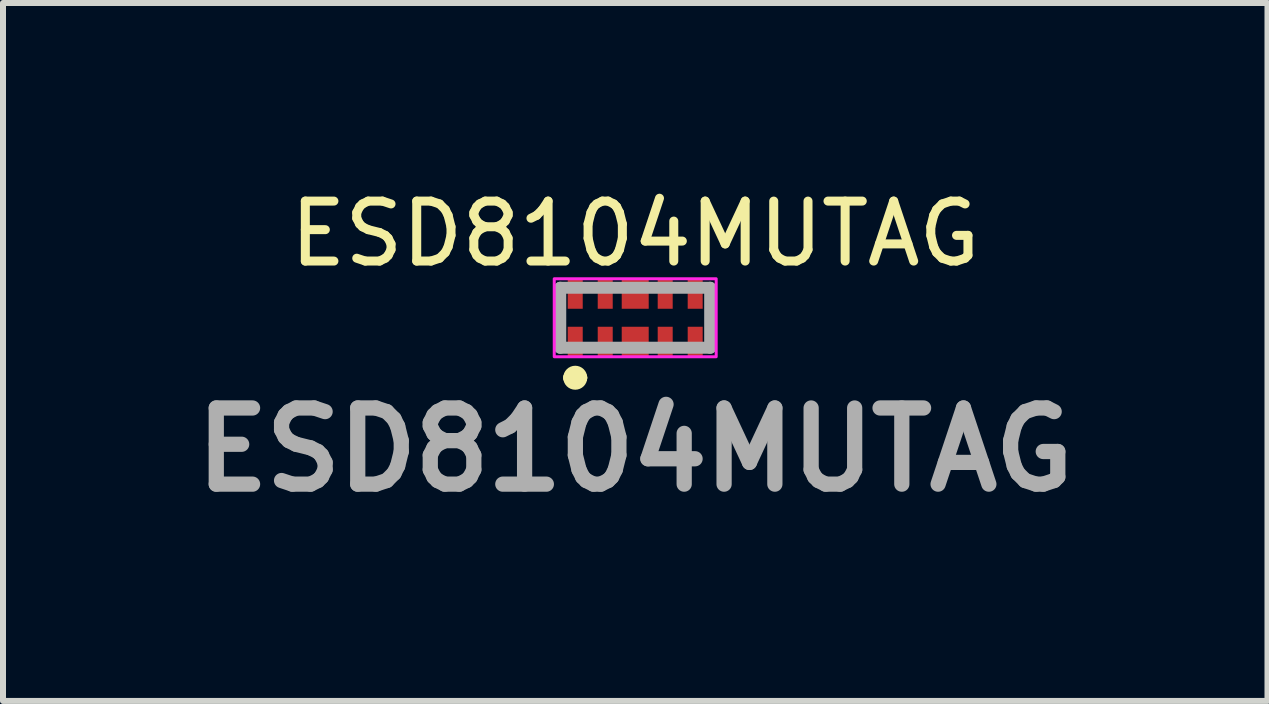
<source format=kicad_pcb>
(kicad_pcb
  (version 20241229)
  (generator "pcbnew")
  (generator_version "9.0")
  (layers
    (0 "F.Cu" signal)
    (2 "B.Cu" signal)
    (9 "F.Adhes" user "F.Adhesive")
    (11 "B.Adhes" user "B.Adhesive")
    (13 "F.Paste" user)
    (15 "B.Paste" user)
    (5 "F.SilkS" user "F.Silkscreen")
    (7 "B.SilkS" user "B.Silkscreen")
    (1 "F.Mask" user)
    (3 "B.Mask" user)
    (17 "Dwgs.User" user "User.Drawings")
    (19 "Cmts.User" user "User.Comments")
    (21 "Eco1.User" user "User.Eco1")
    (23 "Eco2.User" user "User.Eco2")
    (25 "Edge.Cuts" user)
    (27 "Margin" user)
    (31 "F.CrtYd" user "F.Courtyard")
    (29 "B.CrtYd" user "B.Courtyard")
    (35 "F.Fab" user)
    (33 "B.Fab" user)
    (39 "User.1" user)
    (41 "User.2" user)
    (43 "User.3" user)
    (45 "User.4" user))
  (footprint "ESD8104MUTAG"
    (layer "F.Cu")
    (at 7.541 2.248)
    (property "Reference" "ESD8104MUTAG" (at 0 -1.4 0) (layer "F.SilkS") (effects (font (size 1 1) (thickness 0.15))))
    (attr smd)
    (fp_line (start -1.25 -0.5) (end -1.25 0.5) (stroke (width 0.1) (type solid)) (layer "F.SilkS"))
    (fp_line (start -1.1 1) (end -1.1 1) (stroke (width 0.2) (type solid)) (layer "F.SilkS"))
    (fp_line (start -0.9 1) (end -0.9 1) (stroke (width 0.2) (type solid)) (layer "F.SilkS"))
    (fp_line (start 1.25 -0.5) (end 1.25 0.5) (stroke (width 0.1) (type solid)) (layer "F.SilkS"))
    (fp_arc (start -1.1 1) (mid -1 0.9) (end -0.9 1) (stroke (width 0.2) (type solid)) (layer "F.SilkS"))
    (fp_arc (start -0.9 1) (mid -1 1.1) (end -1.1 1) (stroke (width 0.2) (type solid)) (layer "F.SilkS"))
    (fp_rect (start -1.35 -0.65) (end 1.35 0.65) (stroke (width 0.05) (type default)) (fill no) (layer "F.CrtYd"))
    (fp_line (start -1.25 -0.5) (end 1.25 -0.5) (stroke (width 0.2) (type solid)) (layer "F.Fab"))
    (fp_line (start -1.25 0.5) (end -1.25 -0.5) (stroke (width 0.2) (type solid)) (layer "F.Fab"))
    (fp_line (start 1.25 -0.5) (end 1.25 0.5) (stroke (width 0.2) (type solid)) (layer "F.Fab"))
    (fp_line (start 1.25 0.5) (end -1.25 0.5) (stroke (width 0.2) (type solid)) (layer "F.Fab"))
    (fp_text user "${REFERENCE}" (at 0 2.2 0) (layer "F.Fab") (effects (font (size 1.27 1.27) (thickness 0.254))))
    (pad "1" smd rect (at -1 0.4) (size 0.25 0.5) (layers "F.Cu" "F.Mask" "F.Paste"))
    (pad "2" smd rect (at -0.5 0.4) (size 0.25 0.5) (layers "F.Cu" "F.Mask" "F.Paste"))
    (pad "3" smd rect (at 0 0.4) (size 0.45 0.5) (layers "F.Cu" "F.Mask" "F.Paste"))
    (pad "4" smd rect (at 0.5 0.4) (size 0.25 0.5) (layers "F.Cu" "F.Mask" "F.Paste"))
    (pad "5" smd rect (at 1 0.4) (size 0.25 0.5) (layers "F.Cu" "F.Mask" "F.Paste"))
    (pad "6" smd rect (at 1 -0.4) (size 0.25 0.5) (layers "F.Cu" "F.Mask" "F.Paste"))
    (pad "7" smd rect (at 0.5 -0.4) (size 0.25 0.5) (layers "F.Cu" "F.Mask" "F.Paste"))
    (pad "8" smd rect (at 0 -0.4) (size 0.45 0.5) (layers "F.Cu" "F.Mask" "F.Paste"))
    (pad "9" smd rect (at -0.5 -0.4) (size 0.25 0.5) (layers "F.Cu" "F.Mask" "F.Paste"))
    (pad "10" smd rect (at -1 -0.4) (size 0.25 0.5) (layers "F.Cu" "F.Mask" "F.Paste")))
  (gr_rect
    (start -3 -3)
    (end 18.083 8.637)
    (stroke (width 0.1) (type default))
    (fill no)
    (layer "Edge.Cuts")))
</source>
